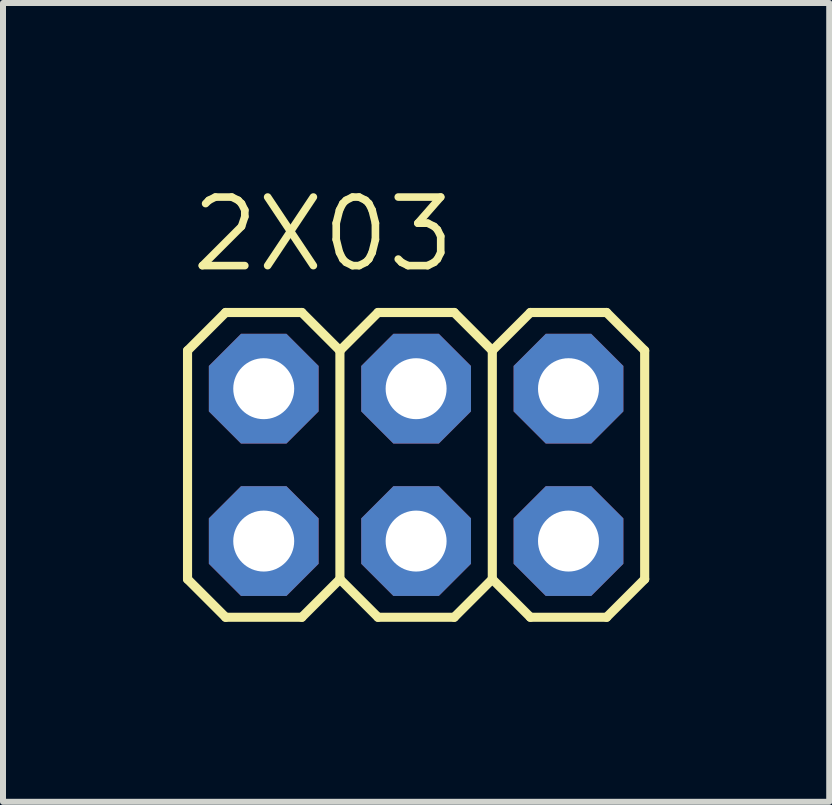
<source format=kicad_pcb>
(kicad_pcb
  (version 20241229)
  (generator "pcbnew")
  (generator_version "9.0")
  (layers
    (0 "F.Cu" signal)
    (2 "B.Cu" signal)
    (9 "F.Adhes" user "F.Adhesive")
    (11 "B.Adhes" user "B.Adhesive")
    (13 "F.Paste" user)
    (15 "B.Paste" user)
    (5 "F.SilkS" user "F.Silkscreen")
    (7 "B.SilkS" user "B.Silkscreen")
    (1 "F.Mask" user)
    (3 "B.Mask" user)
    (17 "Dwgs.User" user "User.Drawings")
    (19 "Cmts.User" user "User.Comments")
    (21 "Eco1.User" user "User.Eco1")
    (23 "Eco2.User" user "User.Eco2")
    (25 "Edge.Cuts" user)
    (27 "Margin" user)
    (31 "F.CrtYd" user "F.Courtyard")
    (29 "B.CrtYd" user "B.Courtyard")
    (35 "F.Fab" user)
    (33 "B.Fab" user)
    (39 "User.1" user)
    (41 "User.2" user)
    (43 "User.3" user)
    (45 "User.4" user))
  (footprint "2X03"
    (layer "F.Cu")
    (at 3.886 4.699)
    (property "Reference" "2X03" (at -3.81 -3.175 0) (unlocked yes) (layer "F.SilkS") (effects (font (size 1.143 1.143) (thickness 0.127)) (justify left bottom)))
    (fp_line (start -3.81 -1.905) (end -3.175 -2.54) (stroke (width 0.152) (type solid)) (layer "F.SilkS"))
    (fp_line (start -3.81 1.905) (end -3.81 -1.905) (stroke (width 0.152) (type solid)) (layer "F.SilkS"))
    (fp_line (start -3.81 1.905) (end -3.175 2.54) (stroke (width 0.152) (type solid)) (layer "F.SilkS"))
    (fp_line (start -3.175 -2.54) (end -1.905 -2.54) (stroke (width 0.152) (type solid)) (layer "F.SilkS"))
    (fp_line (start -3.175 2.54) (end -1.905 2.54) (stroke (width 0.152) (type solid)) (layer "F.SilkS"))
    (fp_line (start -1.905 -2.54) (end -1.27 -1.905) (stroke (width 0.152) (type solid)) (layer "F.SilkS"))
    (fp_line (start -1.905 2.54) (end -1.27 1.905) (stroke (width 0.152) (type solid)) (layer "F.SilkS"))
    (fp_line (start -1.27 -1.905) (end -1.27 1.905) (stroke (width 0.152) (type solid)) (layer "F.SilkS"))
    (fp_line (start -1.27 -1.905) (end -0.635 -2.54) (stroke (width 0.152) (type solid)) (layer "F.SilkS"))
    (fp_line (start -1.27 1.905) (end -0.635 2.54) (stroke (width 0.152) (type solid)) (layer "F.SilkS"))
    (fp_line (start -0.635 -2.54) (end 0.635 -2.54) (stroke (width 0.152) (type solid)) (layer "F.SilkS"))
    (fp_line (start -0.635 2.54) (end 0.635 2.54) (stroke (width 0.152) (type solid)) (layer "F.SilkS"))
    (fp_line (start 0.635 -2.54) (end 1.27 -1.905) (stroke (width 0.152) (type solid)) (layer "F.SilkS"))
    (fp_line (start 0.635 2.54) (end 1.27 1.905) (stroke (width 0.152) (type solid)) (layer "F.SilkS"))
    (fp_line (start 1.27 -1.905) (end 1.27 1.905) (stroke (width 0.152) (type solid)) (layer "F.SilkS"))
    (fp_line (start 1.27 -1.905) (end 1.905 -2.54) (stroke (width 0.152) (type solid)) (layer "F.SilkS"))
    (fp_line (start 1.27 1.905) (end 1.905 2.54) (stroke (width 0.152) (type solid)) (layer "F.SilkS"))
    (fp_line (start 1.905 -2.54) (end 3.175 -2.54) (stroke (width 0.152) (type solid)) (layer "F.SilkS"))
    (fp_line (start 1.905 2.54) (end 3.175 2.54) (stroke (width 0.152) (type solid)) (layer "F.SilkS"))
    (fp_line (start 3.175 -2.54) (end 3.81 -1.905) (stroke (width 0.152) (type solid)) (layer "F.SilkS"))
    (fp_line (start 3.175 2.54) (end 3.81 1.905) (stroke (width 0.152) (type solid)) (layer "F.SilkS"))
    (fp_line (start 3.81 -1.905) (end 3.81 1.905) (stroke (width 0.152) (type solid)) (layer "F.SilkS"))
    (fp_poly (pts (xy -2.794 -1.016) (xy -2.286 -1.016) (xy -2.286 -1.524) (xy -2.794 -1.524)) (stroke (width 0.1) (type default)) (fill no) (layer "F.Fab"))
    (fp_poly (pts (xy -2.794 1.524) (xy -2.286 1.524) (xy -2.286 1.016) (xy -2.794 1.016)) (stroke (width 0.1) (type default)) (fill no) (layer "F.Fab"))
    (fp_poly (pts (xy -0.254 -1.016) (xy 0.254 -1.016) (xy 0.254 -1.524) (xy -0.254 -1.524)) (stroke (width 0.1) (type default)) (fill no) (layer "F.Fab"))
    (fp_poly (pts (xy -0.254 1.524) (xy 0.254 1.524) (xy 0.254 1.016) (xy -0.254 1.016)) (stroke (width 0.1) (type default)) (fill no) (layer "F.Fab"))
    (fp_poly (pts (xy 2.286 -1.016) (xy 2.794 -1.016) (xy 2.794 -1.524) (xy 2.286 -1.524)) (stroke (width 0.1) (type default)) (fill no) (layer "F.Fab"))
    (fp_poly (pts (xy 2.286 1.524) (xy 2.794 1.524) (xy 2.794 1.016) (xy 2.286 1.016)) (stroke (width 0.1) (type default)) (fill no) (layer "F.Fab"))
    (pad "1" thru_hole roundrect (at -2.54 1.27) (size 1.829 1.829) (drill 1.016) (layers "*.Cu" "*.Mask") (roundrect_rratio 0.25) (chamfer_ratio 0.293) (chamfer top_left top_right bottom_left bottom_right))
    (pad "2" thru_hole roundrect (at -2.54 -1.27) (size 1.829 1.829) (drill 1.016) (layers "*.Cu" "*.Mask") (roundrect_rratio 0.25) (chamfer_ratio 0.293) (chamfer top_left top_right bottom_left bottom_right))
    (pad "3" thru_hole roundrect (at 0 1.27) (size 1.829 1.829) (drill 1.016) (layers "*.Cu" "*.Mask") (roundrect_rratio 0.25) (chamfer_ratio 0.293) (chamfer top_left top_right bottom_left bottom_right))
    (pad "4" thru_hole roundrect (at 0 -1.27) (size 1.829 1.829) (drill 1.016) (layers "*.Cu" "*.Mask") (roundrect_rratio 0.25) (chamfer_ratio 0.293) (chamfer top_left top_right bottom_left bottom_right))
    (pad "5" thru_hole roundrect (at 2.54 1.27) (size 1.829 1.829) (drill 1.016) (layers "*.Cu" "*.Mask") (roundrect_rratio 0.25) (chamfer_ratio 0.293) (chamfer top_left top_right bottom_left bottom_right))
    (pad "6" thru_hole roundrect (at 2.54 -1.27) (size 1.829 1.829) (drill 1.016) (layers "*.Cu" "*.Mask") (roundrect_rratio 0.25) (chamfer_ratio 0.293) (chamfer top_left top_right bottom_left bottom_right)))
  (gr_rect
    (start -3 -3)
    (end 10.772 10.315)
    (stroke (width 0.1) (type default))
    (fill no)
    (layer "Edge.Cuts")))
</source>
